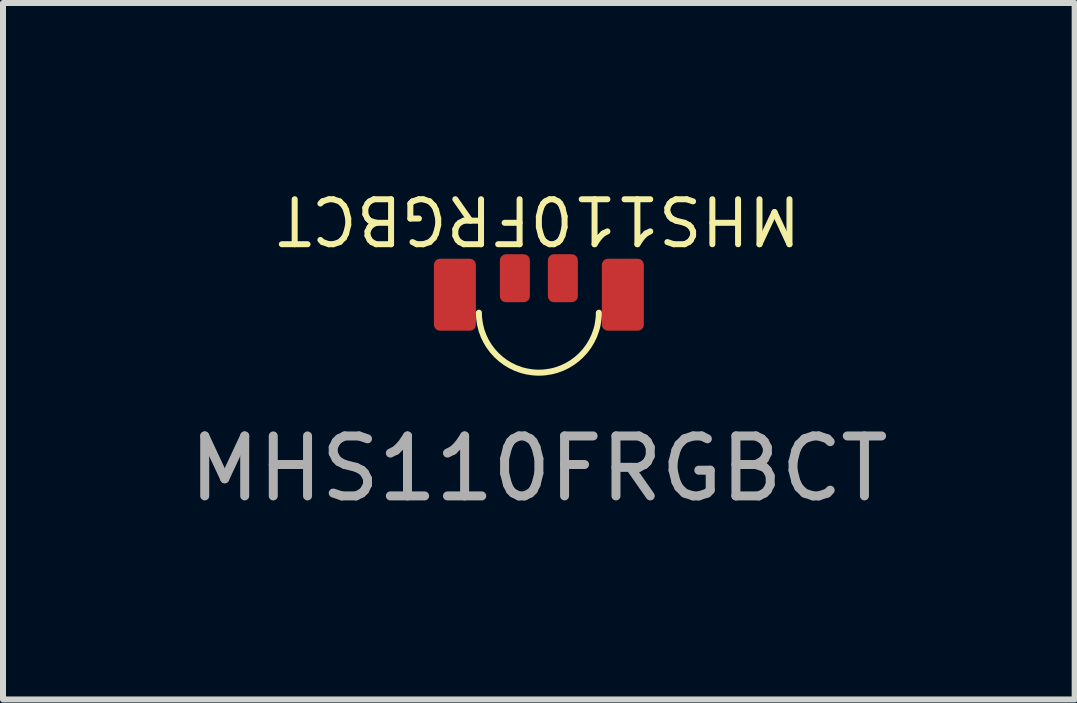
<source format=kicad_pcb>
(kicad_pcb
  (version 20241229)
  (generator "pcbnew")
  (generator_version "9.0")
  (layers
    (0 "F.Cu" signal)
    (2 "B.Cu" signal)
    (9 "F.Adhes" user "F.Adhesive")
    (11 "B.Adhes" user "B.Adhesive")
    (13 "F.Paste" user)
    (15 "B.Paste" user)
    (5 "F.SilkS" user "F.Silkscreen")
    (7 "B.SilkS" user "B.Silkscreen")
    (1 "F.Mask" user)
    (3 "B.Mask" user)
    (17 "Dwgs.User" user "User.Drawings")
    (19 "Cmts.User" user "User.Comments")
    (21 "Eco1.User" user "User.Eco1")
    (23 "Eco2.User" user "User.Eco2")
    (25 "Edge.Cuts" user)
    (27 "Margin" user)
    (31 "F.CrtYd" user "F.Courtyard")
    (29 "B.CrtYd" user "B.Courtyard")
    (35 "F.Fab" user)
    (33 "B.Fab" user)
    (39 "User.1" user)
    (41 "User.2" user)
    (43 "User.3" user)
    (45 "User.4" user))
  (footprint "MHS110FRGBCT"
    (layer "F.Cu")
    (at 5.935 2.264)
    (property "Reference" "MHS110FRGBCT" (at 0 -1.65 180) (unlocked yes) (layer "F.SilkS") (effects (font (size 0.75 0.75) (thickness 0.1))))
    (attr smd)
    (fp_arc (start 1 -0.1) (mid 0 0.9) (end -1 -0.1) (stroke (width 0.1) (type solid)) (layer "F.SilkS"))
    (fp_text user "${REFERENCE}" (at 0 2.5 0) (unlocked yes) (layer "F.Fab") (effects (font (size 1 1) (thickness 0.15))))
    (pad "1" smd roundrect (at -1.4 -0.4) (size 0.7 1.2) (layers "F.Cu" "F.Mask" "F.Paste") (roundrect_rratio 0.143))
    (pad "2" smd roundrect (at -0.4 -0.675) (size 0.5 0.8) (layers "F.Cu" "F.Mask" "F.Paste") (roundrect_rratio 0.2))
    (pad "3" smd roundrect (at 0.4 -0.675) (size 0.5 0.8) (layers "F.Cu" "F.Mask" "F.Paste") (roundrect_rratio 0.2))
    (pad "4" smd roundrect (at 1.4 -0.4) (size 0.7 1.2) (layers "F.Cu" "F.Mask" "F.Paste") (roundrect_rratio 0.143)))
  (gr_rect
    (start -3 -3)
    (end 14.869 8.613)
    (stroke (width 0.1) (type default))
    (fill no)
    (layer "Edge.Cuts")))
</source>
